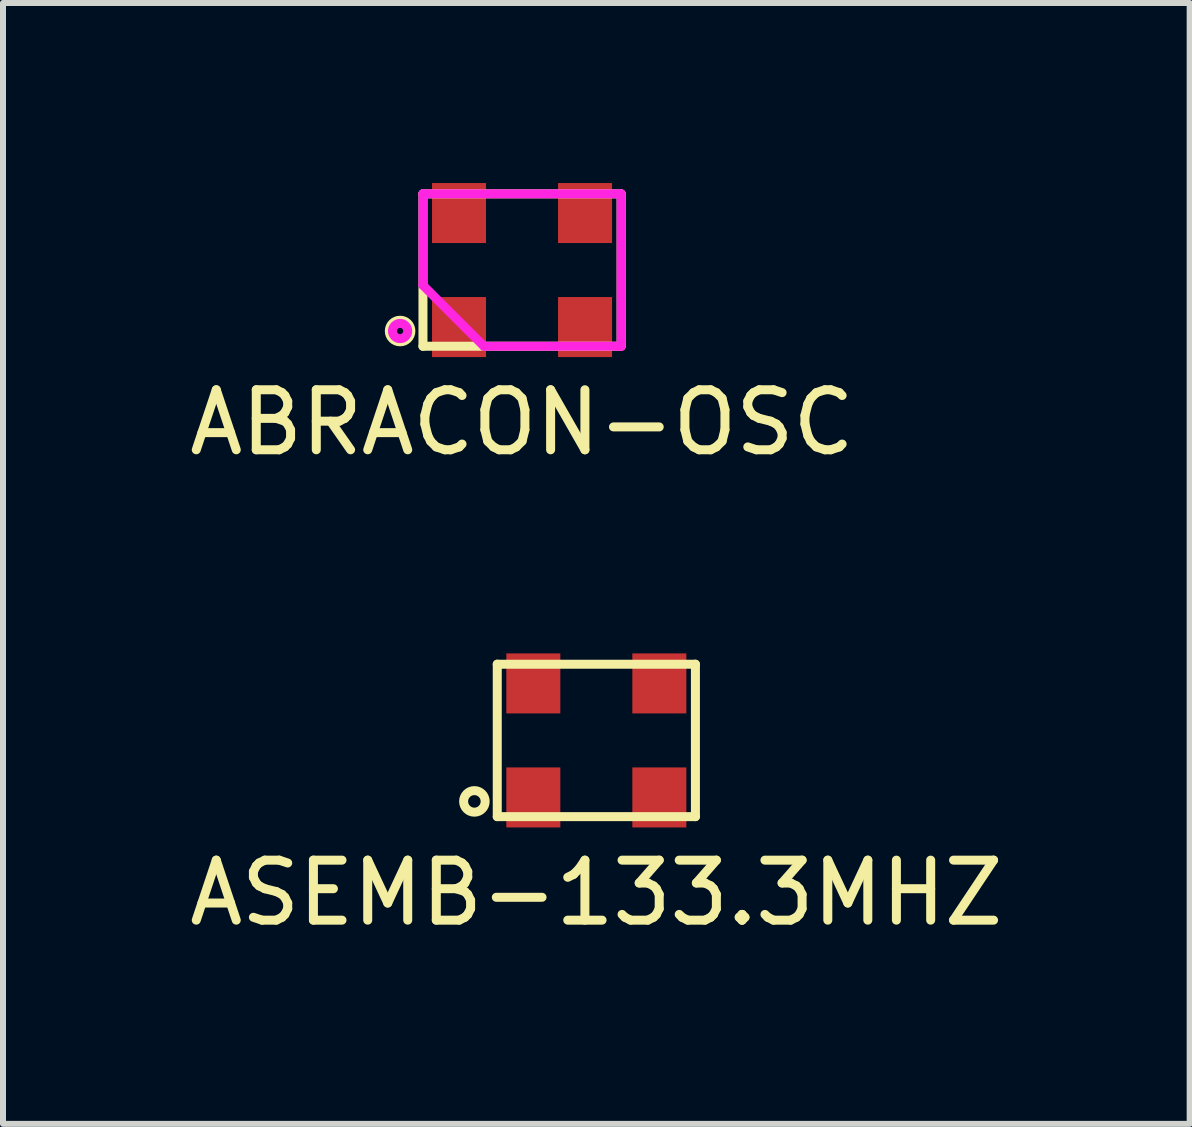
<source format=kicad_pcb>
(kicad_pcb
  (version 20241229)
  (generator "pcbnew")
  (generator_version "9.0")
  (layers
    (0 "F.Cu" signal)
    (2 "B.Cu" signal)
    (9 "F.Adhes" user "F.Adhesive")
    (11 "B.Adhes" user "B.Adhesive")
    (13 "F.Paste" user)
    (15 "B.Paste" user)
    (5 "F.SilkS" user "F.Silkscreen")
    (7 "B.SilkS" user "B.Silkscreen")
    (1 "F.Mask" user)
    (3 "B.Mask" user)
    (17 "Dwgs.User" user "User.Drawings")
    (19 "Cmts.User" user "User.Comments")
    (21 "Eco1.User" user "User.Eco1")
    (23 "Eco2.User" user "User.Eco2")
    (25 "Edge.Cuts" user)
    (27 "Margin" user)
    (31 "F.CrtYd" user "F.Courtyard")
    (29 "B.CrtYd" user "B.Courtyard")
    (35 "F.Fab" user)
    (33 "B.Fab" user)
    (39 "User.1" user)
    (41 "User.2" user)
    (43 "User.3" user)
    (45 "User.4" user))
  (footprint "ASEMB-133.3MHZ"
    (layer "F.Cu")
    (at 6.887 9.288)
    (property "Reference" "ASEMB-133.3MHZ" (at 0 2.54 0) (layer "F.SilkS") (effects (font (size 1 1) (thickness 0.15))))
    (attr through_hole)
    (fp_line (start -1.651 1.27) (end -1.651 -1.27) (stroke (width 0.15) (type solid)) (layer "F.SilkS"))
    (fp_line (start -1.651 1.27) (end 1.651 1.27) (stroke (width 0.15) (type solid)) (layer "F.SilkS"))
    (fp_line (start 1.651 -1.27) (end -1.651 -1.27) (stroke (width 0.15) (type solid)) (layer "F.SilkS"))
    (fp_line (start 1.651 1.27) (end 1.651 -1.27) (stroke (width 0.15) (type solid)) (layer "F.SilkS"))
    (fp_circle (center -2.032 1.016) (end -1.905 0.889) (stroke (width 0.15) (type solid)) (fill no) (layer "F.SilkS"))
    (pad "1" smd rect (at -1.05 0.95) (size 0.9 1) (layers "F.Cu" "F.Mask" "F.Paste"))
    (pad "2" smd rect (at 1.05 0.95) (size 0.9 1) (layers "F.Cu" "F.Mask" "F.Paste"))
    (pad "3" smd rect (at 1.05 -0.95) (size 0.9 1) (layers "F.Cu" "F.Mask" "F.Paste"))
    (pad "4" smd rect (at -1.05 -0.95) (size 0.9 1) (layers "F.Cu" "F.Mask" "F.Paste")))
  (footprint "ABRACON-OSC"
    (layer "F.Cu")
    (at 5.649 1.45)
    (property "Reference" "ABRACON-OSC" (at 0 2.54 0) (layer "F.SilkS") (effects (font (size 1 1) (thickness 0.15))))
    (attr through_hole)
    (fp_line (start -1.651 1.27) (end -1.651 -1.27) (stroke (width 0.15) (type solid)) (layer "F.SilkS"))
    (fp_line (start -1.651 1.27) (end 1.651 1.27) (stroke (width 0.15) (type solid)) (layer "F.SilkS"))
    (fp_line (start 1.651 -1.27) (end -1.651 -1.27) (stroke (width 0.15) (type solid)) (layer "F.SilkS"))
    (fp_line (start 1.651 1.27) (end 1.651 -1.27) (stroke (width 0.15) (type solid)) (layer "F.SilkS"))
    (fp_circle (center -2.032 1.016) (end -1.905 0.889) (stroke (width 0.15) (type solid)) (fill no) (layer "F.SilkS"))
    (fp_line (start -1.651 0.254) (end -1.651 -1.27) (stroke (width 0.15) (type solid)) (layer "F.CrtYd"))
    (fp_line (start -0.635 1.27) (end -1.651 0.254) (stroke (width 0.15) (type solid)) (layer "F.CrtYd"))
    (fp_line (start 1.651 -1.27) (end -1.651 -1.27) (stroke (width 0.15) (type solid)) (layer "F.CrtYd"))
    (fp_line (start 1.651 1.27) (end -0.635 1.27) (stroke (width 0.15) (type solid)) (layer "F.CrtYd"))
    (fp_line (start 1.651 1.27) (end 1.651 -1.27) (stroke (width 0.15) (type solid)) (layer "F.CrtYd"))
    (fp_circle (center -2.032 1.016) (end -2.032 0.889) (stroke (width 0.15) (type solid)) (fill no) (layer "F.CrtYd"))
    (pad "1" smd rect (at -1.05 0.95) (size 0.9 1) (layers "F.Cu" "F.Mask" "F.Paste"))
    (pad "2" smd rect (at 1.05 0.95) (size 0.9 1) (layers "F.Cu" "F.Mask" "F.Paste"))
    (pad "3" smd rect (at 1.05 -0.95) (size 0.9 1) (layers "F.Cu" "F.Mask" "F.Paste"))
    (pad "4" smd rect (at -1.05 -0.95) (size 0.9 1) (layers "F.Cu" "F.Mask" "F.Paste")))
  (gr_rect
    (start -3 -3)
    (end 16.774 15.677)
    (stroke (width 0.1) (type default))
    (fill no)
    (layer "Edge.Cuts")))
</source>
